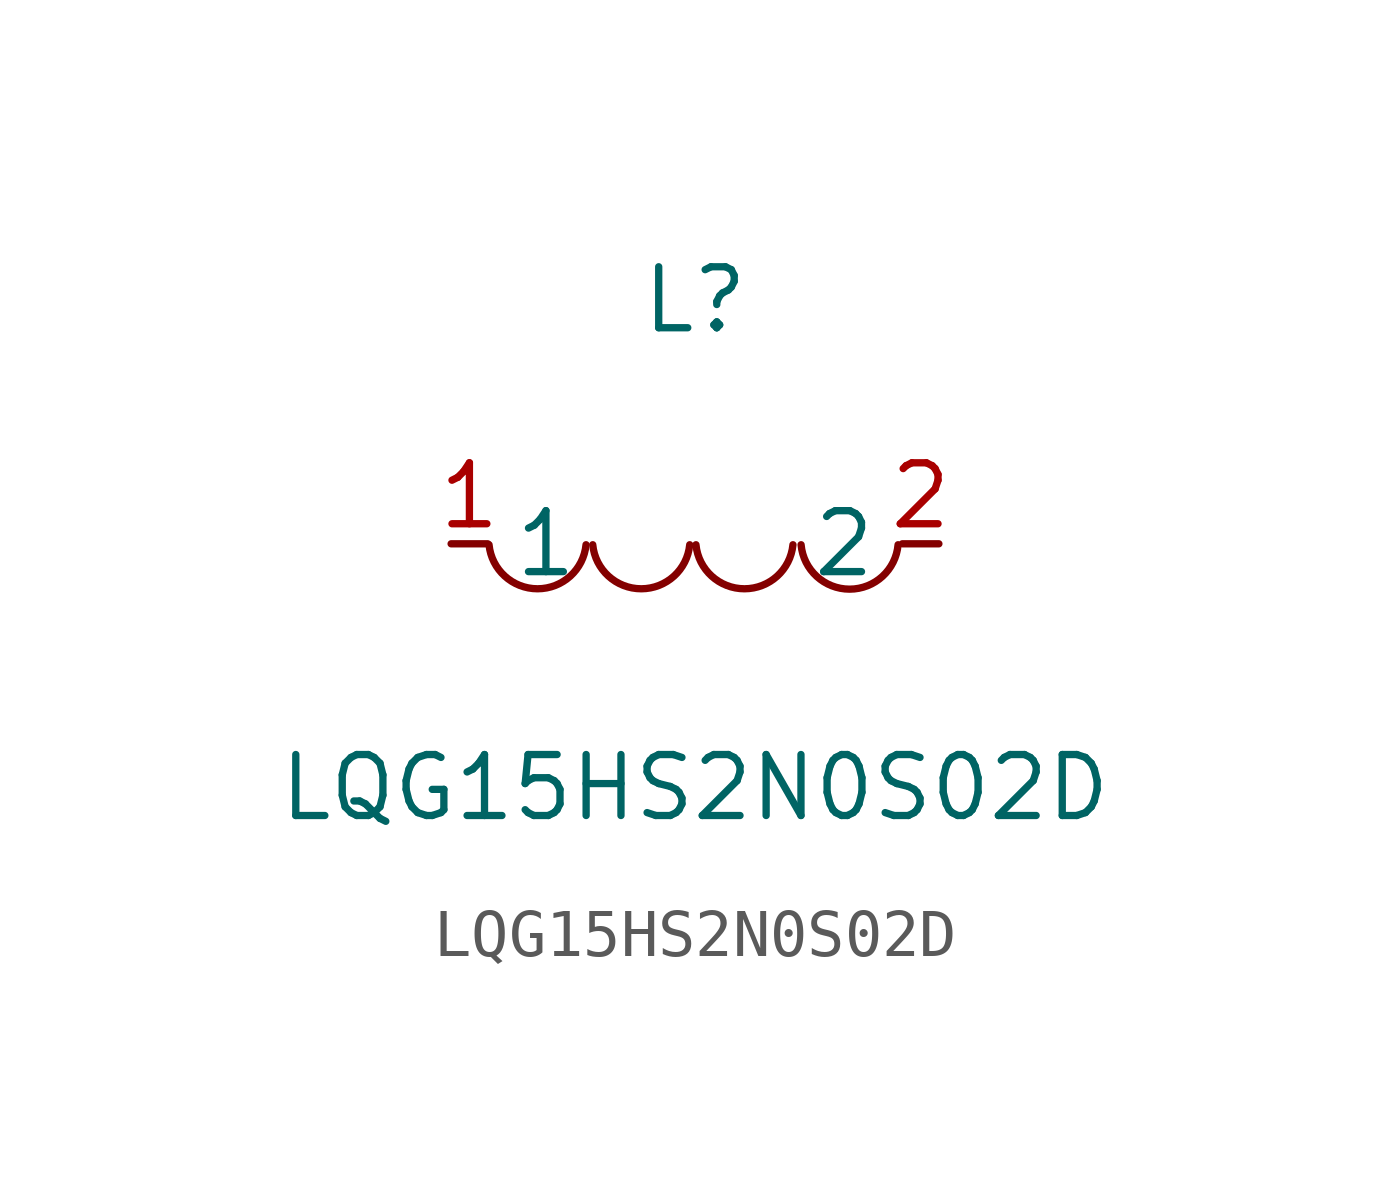
<source format=kicad_sym>
(kicad_symbol_lib
  (version 20211014)
  (generator https://github.com/uPesy/easyeda2kicad.py)
  (symbol "LQG15HS2N0S02D"
    (property "Reference" "L"
      (at 0 5.08 0)
      (effects (font (size 1.27 1.27))))
    (property "Value" "LQG15HS2N0S02D"
      (at 0 -5.08 0)
      (effects (font (size 1.27 1.27))))
    (symbol "LQG15HS2N0S02D_0_1"
      (arc (start -4.29 -0.02) (mid -2.52 -0.79) (end -2.27 -0.02) (stroke (width 0) (type default) (color 0 0 0 0)) (fill (type none)))
      (arc (start -2.13 -0.02) (mid -0.36 -0.79) (end -0.11 -0.02) (stroke (width 0) (type default) (color 0 0 0 0)) (fill (type none)))
      (arc (start 0.02 -0.02) (mid 1.79 -0.79) (end 2.04 -0.02) (stroke (width 0) (type default) (color 0 0 0 0)) (fill (type none)))
      (arc (start 2.21 -0.02) (mid 3.30 -1.12) (end 4.23 -0.02) (stroke (width 0) (type default) (color 0 0 0 0)) (fill (type none)))
      (pin unspecified line (at 5.08 -0.00 180) (length 0.762) (name "2" (effects (font (size 1.27 1.27)))) (number "2" (effects (font (size 1.27 1.27)))))
      (pin unspecified line (at -5.08 -0.00 0) (length 0.762) (name "1" (effects (font (size 1.27 1.27)))) (number "1" (effects (font (size 1.27 1.27))))))))
</source>
